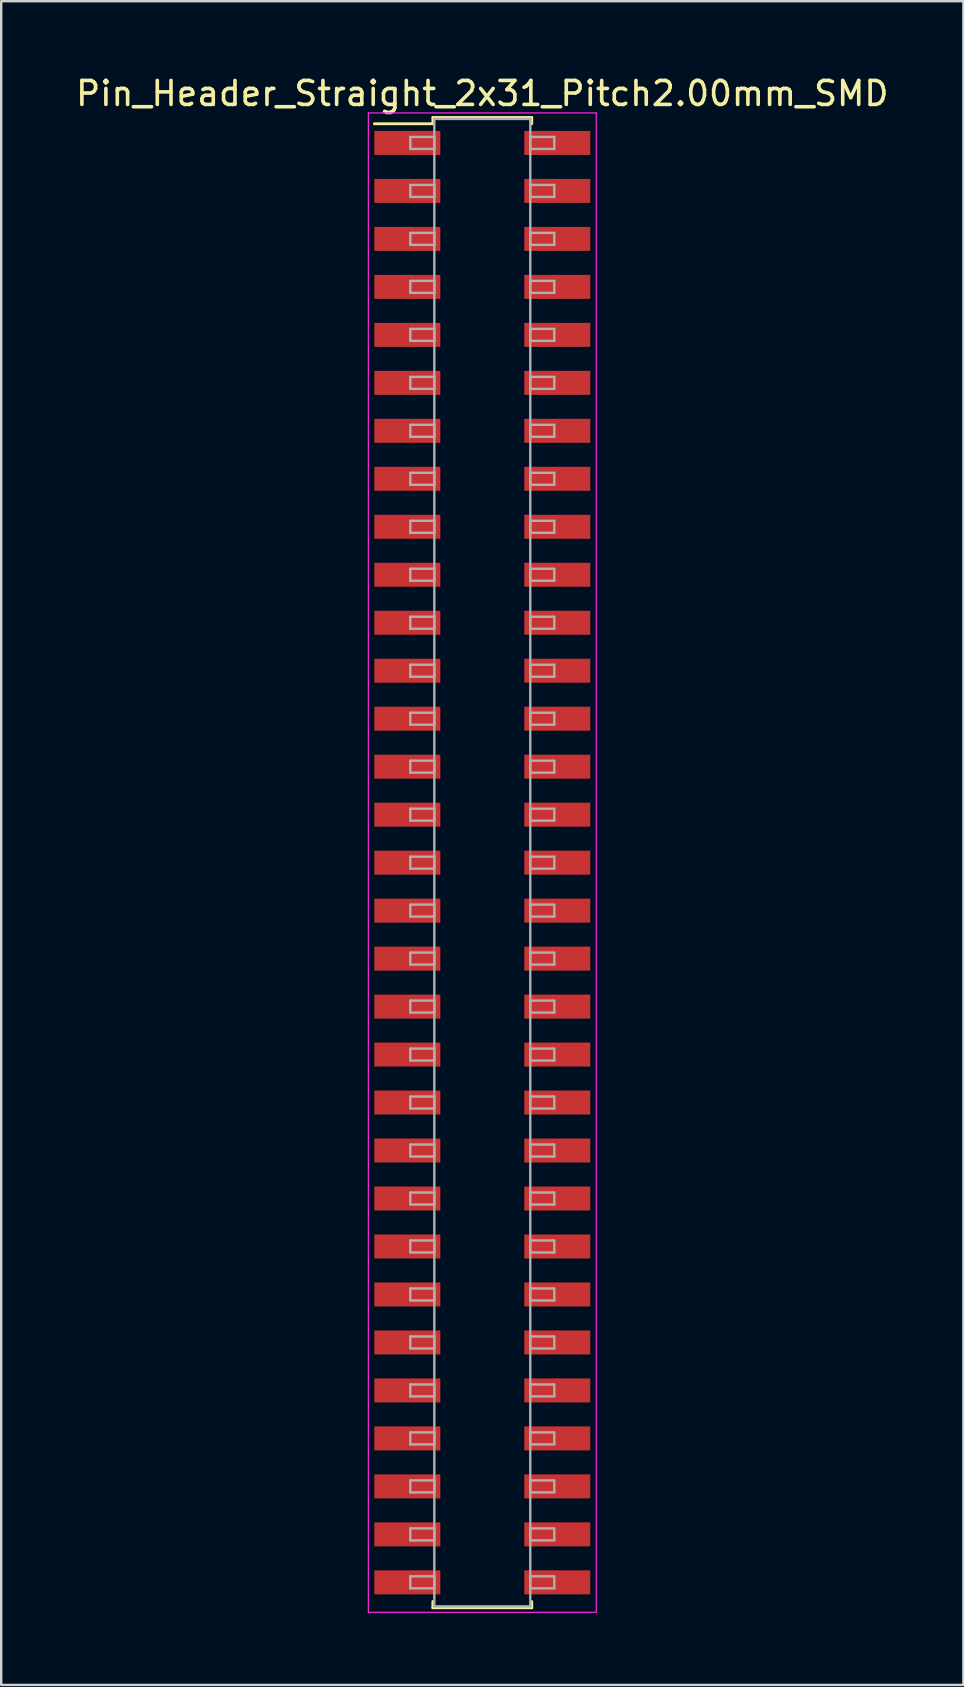
<source format=kicad_pcb>
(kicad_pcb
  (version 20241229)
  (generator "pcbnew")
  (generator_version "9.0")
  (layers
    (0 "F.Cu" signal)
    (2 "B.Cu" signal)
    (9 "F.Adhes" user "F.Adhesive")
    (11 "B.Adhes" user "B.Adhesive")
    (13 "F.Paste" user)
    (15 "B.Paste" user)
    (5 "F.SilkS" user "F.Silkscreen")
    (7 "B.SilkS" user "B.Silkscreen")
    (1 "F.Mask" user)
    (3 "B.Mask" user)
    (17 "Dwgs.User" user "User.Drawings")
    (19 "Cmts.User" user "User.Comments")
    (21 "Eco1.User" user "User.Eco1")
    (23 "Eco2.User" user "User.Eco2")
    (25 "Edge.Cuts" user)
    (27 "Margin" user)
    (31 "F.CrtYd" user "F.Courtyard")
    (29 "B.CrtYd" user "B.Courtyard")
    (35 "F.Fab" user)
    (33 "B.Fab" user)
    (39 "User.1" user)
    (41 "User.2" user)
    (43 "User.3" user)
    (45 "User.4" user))
  (footprint "Pin_Header_Straight_2x31_Pitch2.00mm_SMD"
    (layer "F.Cu")
    (at 17.054 32.908)
    (property "Reference" "Pin_Header_Straight_2x31_Pitch2.00mm_SMD" (at 0 -32.06 0) (layer "F.SilkS") (effects (font (size 1 1) (thickness 0.15))))
    (attr smd)
    (fp_line (start -4.5 -30.8) (end -2.06 -30.8) (stroke (width 0.12) (type solid)) (layer "F.SilkS"))
    (fp_line (start -2.06 -31.06) (end 2.06 -31.06) (stroke (width 0.12) (type solid)) (layer "F.SilkS"))
    (fp_line (start -2.06 -30.8) (end -2.06 -31.06) (stroke (width 0.12) (type solid)) (layer "F.SilkS"))
    (fp_line (start -2.06 30.8) (end -2.06 31.06) (stroke (width 0.12) (type solid)) (layer "F.SilkS"))
    (fp_line (start -2.06 31.06) (end 2.06 31.06) (stroke (width 0.12) (type solid)) (layer "F.SilkS"))
    (fp_line (start 2.06 -31.06) (end 2.06 -30.8) (stroke (width 0.12) (type solid)) (layer "F.SilkS"))
    (fp_line (start 2.06 31.06) (end 2.06 30.8) (stroke (width 0.12) (type solid)) (layer "F.SilkS"))
    (fp_line (start -4.75 -31.25) (end -4.75 31.25) (stroke (width 0.05) (type solid)) (layer "F.CrtYd"))
    (fp_line (start -4.75 31.25) (end 4.75 31.25) (stroke (width 0.05) (type solid)) (layer "F.CrtYd"))
    (fp_line (start 4.75 -31.25) (end -4.75 -31.25) (stroke (width 0.05) (type solid)) (layer "F.CrtYd"))
    (fp_line (start 4.75 31.25) (end 4.75 -31.25) (stroke (width 0.05) (type solid)) (layer "F.CrtYd"))
    (fp_line (start -3 -30.25) (end -2 -30.25) (stroke (width 0.1) (type solid)) (layer "F.Fab"))
    (fp_line (start -3 -29.75) (end -3 -30.25) (stroke (width 0.1) (type solid)) (layer "F.Fab"))
    (fp_line (start -3 -28.25) (end -2 -28.25) (stroke (width 0.1) (type solid)) (layer "F.Fab"))
    (fp_line (start -3 -27.75) (end -3 -28.25) (stroke (width 0.1) (type solid)) (layer "F.Fab"))
    (fp_line (start -3 -26.25) (end -2 -26.25) (stroke (width 0.1) (type solid)) (layer "F.Fab"))
    (fp_line (start -3 -25.75) (end -3 -26.25) (stroke (width 0.1) (type solid)) (layer "F.Fab"))
    (fp_line (start -3 -24.25) (end -2 -24.25) (stroke (width 0.1) (type solid)) (layer "F.Fab"))
    (fp_line (start -3 -23.75) (end -3 -24.25) (stroke (width 0.1) (type solid)) (layer "F.Fab"))
    (fp_line (start -3 -22.25) (end -2 -22.25) (stroke (width 0.1) (type solid)) (layer "F.Fab"))
    (fp_line (start -3 -21.75) (end -3 -22.25) (stroke (width 0.1) (type solid)) (layer "F.Fab"))
    (fp_line (start -3 -20.25) (end -2 -20.25) (stroke (width 0.1) (type solid)) (layer "F.Fab"))
    (fp_line (start -3 -19.75) (end -3 -20.25) (stroke (width 0.1) (type solid)) (layer "F.Fab"))
    (fp_line (start -3 -18.25) (end -2 -18.25) (stroke (width 0.1) (type solid)) (layer "F.Fab"))
    (fp_line (start -3 -17.75) (end -3 -18.25) (stroke (width 0.1) (type solid)) (layer "F.Fab"))
    (fp_line (start -3 -16.25) (end -2 -16.25) (stroke (width 0.1) (type solid)) (layer "F.Fab"))
    (fp_line (start -3 -15.75) (end -3 -16.25) (stroke (width 0.1) (type solid)) (layer "F.Fab"))
    (fp_line (start -3 -14.25) (end -2 -14.25) (stroke (width 0.1) (type solid)) (layer "F.Fab"))
    (fp_line (start -3 -13.75) (end -3 -14.25) (stroke (width 0.1) (type solid)) (layer "F.Fab"))
    (fp_line (start -3 -12.25) (end -2 -12.25) (stroke (width 0.1) (type solid)) (layer "F.Fab"))
    (fp_line (start -3 -11.75) (end -3 -12.25) (stroke (width 0.1) (type solid)) (layer "F.Fab"))
    (fp_line (start -3 -10.25) (end -2 -10.25) (stroke (width 0.1) (type solid)) (layer "F.Fab"))
    (fp_line (start -3 -9.75) (end -3 -10.25) (stroke (width 0.1) (type solid)) (layer "F.Fab"))
    (fp_line (start -3 -8.25) (end -2 -8.25) (stroke (width 0.1) (type solid)) (layer "F.Fab"))
    (fp_line (start -3 -7.75) (end -3 -8.25) (stroke (width 0.1) (type solid)) (layer "F.Fab"))
    (fp_line (start -3 -6.25) (end -2 -6.25) (stroke (width 0.1) (type solid)) (layer "F.Fab"))
    (fp_line (start -3 -5.75) (end -3 -6.25) (stroke (width 0.1) (type solid)) (layer "F.Fab"))
    (fp_line (start -3 -4.25) (end -2 -4.25) (stroke (width 0.1) (type solid)) (layer "F.Fab"))
    (fp_line (start -3 -3.75) (end -3 -4.25) (stroke (width 0.1) (type solid)) (layer "F.Fab"))
    (fp_line (start -3 -2.25) (end -2 -2.25) (stroke (width 0.1) (type solid)) (layer "F.Fab"))
    (fp_line (start -3 -1.75) (end -3 -2.25) (stroke (width 0.1) (type solid)) (layer "F.Fab"))
    (fp_line (start -3 -0.25) (end -2 -0.25) (stroke (width 0.1) (type solid)) (layer "F.Fab"))
    (fp_line (start -3 0.25) (end -3 -0.25) (stroke (width 0.1) (type solid)) (layer "F.Fab"))
    (fp_line (start -3 1.75) (end -2 1.75) (stroke (width 0.1) (type solid)) (layer "F.Fab"))
    (fp_line (start -3 2.25) (end -3 1.75) (stroke (width 0.1) (type solid)) (layer "F.Fab"))
    (fp_line (start -3 3.75) (end -2 3.75) (stroke (width 0.1) (type solid)) (layer "F.Fab"))
    (fp_line (start -3 4.25) (end -3 3.75) (stroke (width 0.1) (type solid)) (layer "F.Fab"))
    (fp_line (start -3 5.75) (end -2 5.75) (stroke (width 0.1) (type solid)) (layer "F.Fab"))
    (fp_line (start -3 6.25) (end -3 5.75) (stroke (width 0.1) (type solid)) (layer "F.Fab"))
    (fp_line (start -3 7.75) (end -2 7.75) (stroke (width 0.1) (type solid)) (layer "F.Fab"))
    (fp_line (start -3 8.25) (end -3 7.75) (stroke (width 0.1) (type solid)) (layer "F.Fab"))
    (fp_line (start -3 9.75) (end -2 9.75) (stroke (width 0.1) (type solid)) (layer "F.Fab"))
    (fp_line (start -3 10.25) (end -3 9.75) (stroke (width 0.1) (type solid)) (layer "F.Fab"))
    (fp_line (start -3 11.75) (end -2 11.75) (stroke (width 0.1) (type solid)) (layer "F.Fab"))
    (fp_line (start -3 12.25) (end -3 11.75) (stroke (width 0.1) (type solid)) (layer "F.Fab"))
    (fp_line (start -3 13.75) (end -2 13.75) (stroke (width 0.1) (type solid)) (layer "F.Fab"))
    (fp_line (start -3 14.25) (end -3 13.75) (stroke (width 0.1) (type solid)) (layer "F.Fab"))
    (fp_line (start -3 15.75) (end -2 15.75) (stroke (width 0.1) (type solid)) (layer "F.Fab"))
    (fp_line (start -3 16.25) (end -3 15.75) (stroke (width 0.1) (type solid)) (layer "F.Fab"))
    (fp_line (start -3 17.75) (end -2 17.75) (stroke (width 0.1) (type solid)) (layer "F.Fab"))
    (fp_line (start -3 18.25) (end -3 17.75) (stroke (width 0.1) (type solid)) (layer "F.Fab"))
    (fp_line (start -3 19.75) (end -2 19.75) (stroke (width 0.1) (type solid)) (layer "F.Fab"))
    (fp_line (start -3 20.25) (end -3 19.75) (stroke (width 0.1) (type solid)) (layer "F.Fab"))
    (fp_line (start -3 21.75) (end -2 21.75) (stroke (width 0.1) (type solid)) (layer "F.Fab"))
    (fp_line (start -3 22.25) (end -3 21.75) (stroke (width 0.1) (type solid)) (layer "F.Fab"))
    (fp_line (start -3 23.75) (end -2 23.75) (stroke (width 0.1) (type solid)) (layer "F.Fab"))
    (fp_line (start -3 24.25) (end -3 23.75) (stroke (width 0.1) (type solid)) (layer "F.Fab"))
    (fp_line (start -3 25.75) (end -2 25.75) (stroke (width 0.1) (type solid)) (layer "F.Fab"))
    (fp_line (start -3 26.25) (end -3 25.75) (stroke (width 0.1) (type solid)) (layer "F.Fab"))
    (fp_line (start -3 27.75) (end -2 27.75) (stroke (width 0.1) (type solid)) (layer "F.Fab"))
    (fp_line (start -3 28.25) (end -3 27.75) (stroke (width 0.1) (type solid)) (layer "F.Fab"))
    (fp_line (start -3 29.75) (end -2 29.75) (stroke (width 0.1) (type solid)) (layer "F.Fab"))
    (fp_line (start -3 30.25) (end -3 29.75) (stroke (width 0.1) (type solid)) (layer "F.Fab"))
    (fp_line (start -2 -31) (end -2 31) (stroke (width 0.1) (type solid)) (layer "F.Fab"))
    (fp_line (start -2 -30.25) (end -2 -29.75) (stroke (width 0.1) (type solid)) (layer "F.Fab"))
    (fp_line (start -2 -29.75) (end -3 -29.75) (stroke (width 0.1) (type solid)) (layer "F.Fab"))
    (fp_line (start -2 -28.25) (end -2 -27.75) (stroke (width 0.1) (type solid)) (layer "F.Fab"))
    (fp_line (start -2 -27.75) (end -3 -27.75) (stroke (width 0.1) (type solid)) (layer "F.Fab"))
    (fp_line (start -2 -26.25) (end -2 -25.75) (stroke (width 0.1) (type solid)) (layer "F.Fab"))
    (fp_line (start -2 -25.75) (end -3 -25.75) (stroke (width 0.1) (type solid)) (layer "F.Fab"))
    (fp_line (start -2 -24.25) (end -2 -23.75) (stroke (width 0.1) (type solid)) (layer "F.Fab"))
    (fp_line (start -2 -23.75) (end -3 -23.75) (stroke (width 0.1) (type solid)) (layer "F.Fab"))
    (fp_line (start -2 -22.25) (end -2 -21.75) (stroke (width 0.1) (type solid)) (layer "F.Fab"))
    (fp_line (start -2 -21.75) (end -3 -21.75) (stroke (width 0.1) (type solid)) (layer "F.Fab"))
    (fp_line (start -2 -20.25) (end -2 -19.75) (stroke (width 0.1) (type solid)) (layer "F.Fab"))
    (fp_line (start -2 -19.75) (end -3 -19.75) (stroke (width 0.1) (type solid)) (layer "F.Fab"))
    (fp_line (start -2 -18.25) (end -2 -17.75) (stroke (width 0.1) (type solid)) (layer "F.Fab"))
    (fp_line (start -2 -17.75) (end -3 -17.75) (stroke (width 0.1) (type solid)) (layer "F.Fab"))
    (fp_line (start -2 -16.25) (end -2 -15.75) (stroke (width 0.1) (type solid)) (layer "F.Fab"))
    (fp_line (start -2 -15.75) (end -3 -15.75) (stroke (width 0.1) (type solid)) (layer "F.Fab"))
    (fp_line (start -2 -14.25) (end -2 -13.75) (stroke (width 0.1) (type solid)) (layer "F.Fab"))
    (fp_line (start -2 -13.75) (end -3 -13.75) (stroke (width 0.1) (type solid)) (layer "F.Fab"))
    (fp_line (start -2 -12.25) (end -2 -11.75) (stroke (width 0.1) (type solid)) (layer "F.Fab"))
    (fp_line (start -2 -11.75) (end -3 -11.75) (stroke (width 0.1) (type solid)) (layer "F.Fab"))
    (fp_line (start -2 -10.25) (end -2 -9.75) (stroke (width 0.1) (type solid)) (layer "F.Fab"))
    (fp_line (start -2 -9.75) (end -3 -9.75) (stroke (width 0.1) (type solid)) (layer "F.Fab"))
    (fp_line (start -2 -8.25) (end -2 -7.75) (stroke (width 0.1) (type solid)) (layer "F.Fab"))
    (fp_line (start -2 -7.75) (end -3 -7.75) (stroke (width 0.1) (type solid)) (layer "F.Fab"))
    (fp_line (start -2 -6.25) (end -2 -5.75) (stroke (width 0.1) (type solid)) (layer "F.Fab"))
    (fp_line (start -2 -5.75) (end -3 -5.75) (stroke (width 0.1) (type solid)) (layer "F.Fab"))
    (fp_line (start -2 -4.25) (end -2 -3.75) (stroke (width 0.1) (type solid)) (layer "F.Fab"))
    (fp_line (start -2 -3.75) (end -3 -3.75) (stroke (width 0.1) (type solid)) (layer "F.Fab"))
    (fp_line (start -2 -2.25) (end -2 -1.75) (stroke (width 0.1) (type solid)) (layer "F.Fab"))
    (fp_line (start -2 -1.75) (end -3 -1.75) (stroke (width 0.1) (type solid)) (layer "F.Fab"))
    (fp_line (start -2 -0.25) (end -2 0.25) (stroke (width 0.1) (type solid)) (layer "F.Fab"))
    (fp_line (start -2 0.25) (end -3 0.25) (stroke (width 0.1) (type solid)) (layer "F.Fab"))
    (fp_line (start -2 1.75) (end -2 2.25) (stroke (width 0.1) (type solid)) (layer "F.Fab"))
    (fp_line (start -2 2.25) (end -3 2.25) (stroke (width 0.1) (type solid)) (layer "F.Fab"))
    (fp_line (start -2 3.75) (end -2 4.25) (stroke (width 0.1) (type solid)) (layer "F.Fab"))
    (fp_line (start -2 4.25) (end -3 4.25) (stroke (width 0.1) (type solid)) (layer "F.Fab"))
    (fp_line (start -2 5.75) (end -2 6.25) (stroke (width 0.1) (type solid)) (layer "F.Fab"))
    (fp_line (start -2 6.25) (end -3 6.25) (stroke (width 0.1) (type solid)) (layer "F.Fab"))
    (fp_line (start -2 7.75) (end -2 8.25) (stroke (width 0.1) (type solid)) (layer "F.Fab"))
    (fp_line (start -2 8.25) (end -3 8.25) (stroke (width 0.1) (type solid)) (layer "F.Fab"))
    (fp_line (start -2 9.75) (end -2 10.25) (stroke (width 0.1) (type solid)) (layer "F.Fab"))
    (fp_line (start -2 10.25) (end -3 10.25) (stroke (width 0.1) (type solid)) (layer "F.Fab"))
    (fp_line (start -2 11.75) (end -2 12.25) (stroke (width 0.1) (type solid)) (layer "F.Fab"))
    (fp_line (start -2 12.25) (end -3 12.25) (stroke (width 0.1) (type solid)) (layer "F.Fab"))
    (fp_line (start -2 13.75) (end -2 14.25) (stroke (width 0.1) (type solid)) (layer "F.Fab"))
    (fp_line (start -2 14.25) (end -3 14.25) (stroke (width 0.1) (type solid)) (layer "F.Fab"))
    (fp_line (start -2 15.75) (end -2 16.25) (stroke (width 0.1) (type solid)) (layer "F.Fab"))
    (fp_line (start -2 16.25) (end -3 16.25) (stroke (width 0.1) (type solid)) (layer "F.Fab"))
    (fp_line (start -2 17.75) (end -2 18.25) (stroke (width 0.1) (type solid)) (layer "F.Fab"))
    (fp_line (start -2 18.25) (end -3 18.25) (stroke (width 0.1) (type solid)) (layer "F.Fab"))
    (fp_line (start -2 19.75) (end -2 20.25) (stroke (width 0.1) (type solid)) (layer "F.Fab"))
    (fp_line (start -2 20.25) (end -3 20.25) (stroke (width 0.1) (type solid)) (layer "F.Fab"))
    (fp_line (start -2 21.75) (end -2 22.25) (stroke (width 0.1) (type solid)) (layer "F.Fab"))
    (fp_line (start -2 22.25) (end -3 22.25) (stroke (width 0.1) (type solid)) (layer "F.Fab"))
    (fp_line (start -2 23.75) (end -2 24.25) (stroke (width 0.1) (type solid)) (layer "F.Fab"))
    (fp_line (start -2 24.25) (end -3 24.25) (stroke (width 0.1) (type solid)) (layer "F.Fab"))
    (fp_line (start -2 25.75) (end -2 26.25) (stroke (width 0.1) (type solid)) (layer "F.Fab"))
    (fp_line (start -2 26.25) (end -3 26.25) (stroke (width 0.1) (type solid)) (layer "F.Fab"))
    (fp_line (start -2 27.75) (end -2 28.25) (stroke (width 0.1) (type solid)) (layer "F.Fab"))
    (fp_line (start -2 28.25) (end -3 28.25) (stroke (width 0.1) (type solid)) (layer "F.Fab"))
    (fp_line (start -2 29.75) (end -2 30.25) (stroke (width 0.1) (type solid)) (layer "F.Fab"))
    (fp_line (start -2 30.25) (end -3 30.25) (stroke (width 0.1) (type solid)) (layer "F.Fab"))
    (fp_line (start -2 31) (end 2 31) (stroke (width 0.1) (type solid)) (layer "F.Fab"))
    (fp_line (start 2 -31) (end -2 -31) (stroke (width 0.1) (type solid)) (layer "F.Fab"))
    (fp_line (start 2 -30.25) (end 2 -29.75) (stroke (width 0.1) (type solid)) (layer "F.Fab"))
    (fp_line (start 2 -29.75) (end 3 -29.75) (stroke (width 0.1) (type solid)) (layer "F.Fab"))
    (fp_line (start 2 -28.25) (end 2 -27.75) (stroke (width 0.1) (type solid)) (layer "F.Fab"))
    (fp_line (start 2 -27.75) (end 3 -27.75) (stroke (width 0.1) (type solid)) (layer "F.Fab"))
    (fp_line (start 2 -26.25) (end 2 -25.75) (stroke (width 0.1) (type solid)) (layer "F.Fab"))
    (fp_line (start 2 -25.75) (end 3 -25.75) (stroke (width 0.1) (type solid)) (layer "F.Fab"))
    (fp_line (start 2 -24.25) (end 2 -23.75) (stroke (width 0.1) (type solid)) (layer "F.Fab"))
    (fp_line (start 2 -23.75) (end 3 -23.75) (stroke (width 0.1) (type solid)) (layer "F.Fab"))
    (fp_line (start 2 -22.25) (end 2 -21.75) (stroke (width 0.1) (type solid)) (layer "F.Fab"))
    (fp_line (start 2 -21.75) (end 3 -21.75) (stroke (width 0.1) (type solid)) (layer "F.Fab"))
    (fp_line (start 2 -20.25) (end 2 -19.75) (stroke (width 0.1) (type solid)) (layer "F.Fab"))
    (fp_line (start 2 -19.75) (end 3 -19.75) (stroke (width 0.1) (type solid)) (layer "F.Fab"))
    (fp_line (start 2 -18.25) (end 2 -17.75) (stroke (width 0.1) (type solid)) (layer "F.Fab"))
    (fp_line (start 2 -17.75) (end 3 -17.75) (stroke (width 0.1) (type solid)) (layer "F.Fab"))
    (fp_line (start 2 -16.25) (end 2 -15.75) (stroke (width 0.1) (type solid)) (layer "F.Fab"))
    (fp_line (start 2 -15.75) (end 3 -15.75) (stroke (width 0.1) (type solid)) (layer "F.Fab"))
    (fp_line (start 2 -14.25) (end 2 -13.75) (stroke (width 0.1) (type solid)) (layer "F.Fab"))
    (fp_line (start 2 -13.75) (end 3 -13.75) (stroke (width 0.1) (type solid)) (layer "F.Fab"))
    (fp_line (start 2 -12.25) (end 2 -11.75) (stroke (width 0.1) (type solid)) (layer "F.Fab"))
    (fp_line (start 2 -11.75) (end 3 -11.75) (stroke (width 0.1) (type solid)) (layer "F.Fab"))
    (fp_line (start 2 -10.25) (end 2 -9.75) (stroke (width 0.1) (type solid)) (layer "F.Fab"))
    (fp_line (start 2 -9.75) (end 3 -9.75) (stroke (width 0.1) (type solid)) (layer "F.Fab"))
    (fp_line (start 2 -8.25) (end 2 -7.75) (stroke (width 0.1) (type solid)) (layer "F.Fab"))
    (fp_line (start 2 -7.75) (end 3 -7.75) (stroke (width 0.1) (type solid)) (layer "F.Fab"))
    (fp_line (start 2 -6.25) (end 2 -5.75) (stroke (width 0.1) (type solid)) (layer "F.Fab"))
    (fp_line (start 2 -5.75) (end 3 -5.75) (stroke (width 0.1) (type solid)) (layer "F.Fab"))
    (fp_line (start 2 -4.25) (end 2 -3.75) (stroke (width 0.1) (type solid)) (layer "F.Fab"))
    (fp_line (start 2 -3.75) (end 3 -3.75) (stroke (width 0.1) (type solid)) (layer "F.Fab"))
    (fp_line (start 2 -2.25) (end 2 -1.75) (stroke (width 0.1) (type solid)) (layer "F.Fab"))
    (fp_line (start 2 -1.75) (end 3 -1.75) (stroke (width 0.1) (type solid)) (layer "F.Fab"))
    (fp_line (start 2 -0.25) (end 2 0.25) (stroke (width 0.1) (type solid)) (layer "F.Fab"))
    (fp_line (start 2 0.25) (end 3 0.25) (stroke (width 0.1) (type solid)) (layer "F.Fab"))
    (fp_line (start 2 1.75) (end 2 2.25) (stroke (width 0.1) (type solid)) (layer "F.Fab"))
    (fp_line (start 2 2.25) (end 3 2.25) (stroke (width 0.1) (type solid)) (layer "F.Fab"))
    (fp_line (start 2 3.75) (end 2 4.25) (stroke (width 0.1) (type solid)) (layer "F.Fab"))
    (fp_line (start 2 4.25) (end 3 4.25) (stroke (width 0.1) (type solid)) (layer "F.Fab"))
    (fp_line (start 2 5.75) (end 2 6.25) (stroke (width 0.1) (type solid)) (layer "F.Fab"))
    (fp_line (start 2 6.25) (end 3 6.25) (stroke (width 0.1) (type solid)) (layer "F.Fab"))
    (fp_line (start 2 7.75) (end 2 8.25) (stroke (width 0.1) (type solid)) (layer "F.Fab"))
    (fp_line (start 2 8.25) (end 3 8.25) (stroke (width 0.1) (type solid)) (layer "F.Fab"))
    (fp_line (start 2 9.75) (end 2 10.25) (stroke (width 0.1) (type solid)) (layer "F.Fab"))
    (fp_line (start 2 10.25) (end 3 10.25) (stroke (width 0.1) (type solid)) (layer "F.Fab"))
    (fp_line (start 2 11.75) (end 2 12.25) (stroke (width 0.1) (type solid)) (layer "F.Fab"))
    (fp_line (start 2 12.25) (end 3 12.25) (stroke (width 0.1) (type solid)) (layer "F.Fab"))
    (fp_line (start 2 13.75) (end 2 14.25) (stroke (width 0.1) (type solid)) (layer "F.Fab"))
    (fp_line (start 2 14.25) (end 3 14.25) (stroke (width 0.1) (type solid)) (layer "F.Fab"))
    (fp_line (start 2 15.75) (end 2 16.25) (stroke (width 0.1) (type solid)) (layer "F.Fab"))
    (fp_line (start 2 16.25) (end 3 16.25) (stroke (width 0.1) (type solid)) (layer "F.Fab"))
    (fp_line (start 2 17.75) (end 2 18.25) (stroke (width 0.1) (type solid)) (layer "F.Fab"))
    (fp_line (start 2 18.25) (end 3 18.25) (stroke (width 0.1) (type solid)) (layer "F.Fab"))
    (fp_line (start 2 19.75) (end 2 20.25) (stroke (width 0.1) (type solid)) (layer "F.Fab"))
    (fp_line (start 2 20.25) (end 3 20.25) (stroke (width 0.1) (type solid)) (layer "F.Fab"))
    (fp_line (start 2 21.75) (end 2 22.25) (stroke (width 0.1) (type solid)) (layer "F.Fab"))
    (fp_line (start 2 22.25) (end 3 22.25) (stroke (width 0.1) (type solid)) (layer "F.Fab"))
    (fp_line (start 2 23.75) (end 2 24.25) (stroke (width 0.1) (type solid)) (layer "F.Fab"))
    (fp_line (start 2 24.25) (end 3 24.25) (stroke (width 0.1) (type solid)) (layer "F.Fab"))
    (fp_line (start 2 25.75) (end 2 26.25) (stroke (width 0.1) (type solid)) (layer "F.Fab"))
    (fp_line (start 2 26.25) (end 3 26.25) (stroke (width 0.1) (type solid)) (layer "F.Fab"))
    (fp_line (start 2 27.75) (end 2 28.25) (stroke (width 0.1) (type solid)) (layer "F.Fab"))
    (fp_line (start 2 28.25) (end 3 28.25) (stroke (width 0.1) (type solid)) (layer "F.Fab"))
    (fp_line (start 2 29.75) (end 2 30.25) (stroke (width 0.1) (type solid)) (layer "F.Fab"))
    (fp_line (start 2 30.25) (end 3 30.25) (stroke (width 0.1) (type solid)) (layer "F.Fab"))
    (fp_line (start 2 31) (end 2 -31) (stroke (width 0.1) (type solid)) (layer "F.Fab"))
    (fp_line (start 3 -30.25) (end 2 -30.25) (stroke (width 0.1) (type solid)) (layer "F.Fab"))
    (fp_line (start 3 -29.75) (end 3 -30.25) (stroke (width 0.1) (type solid)) (layer "F.Fab"))
    (fp_line (start 3 -28.25) (end 2 -28.25) (stroke (width 0.1) (type solid)) (layer "F.Fab"))
    (fp_line (start 3 -27.75) (end 3 -28.25) (stroke (width 0.1) (type solid)) (layer "F.Fab"))
    (fp_line (start 3 -26.25) (end 2 -26.25) (stroke (width 0.1) (type solid)) (layer "F.Fab"))
    (fp_line (start 3 -25.75) (end 3 -26.25) (stroke (width 0.1) (type solid)) (layer "F.Fab"))
    (fp_line (start 3 -24.25) (end 2 -24.25) (stroke (width 0.1) (type solid)) (layer "F.Fab"))
    (fp_line (start 3 -23.75) (end 3 -24.25) (stroke (width 0.1) (type solid)) (layer "F.Fab"))
    (fp_line (start 3 -22.25) (end 2 -22.25) (stroke (width 0.1) (type solid)) (layer "F.Fab"))
    (fp_line (start 3 -21.75) (end 3 -22.25) (stroke (width 0.1) (type solid)) (layer "F.Fab"))
    (fp_line (start 3 -20.25) (end 2 -20.25) (stroke (width 0.1) (type solid)) (layer "F.Fab"))
    (fp_line (start 3 -19.75) (end 3 -20.25) (stroke (width 0.1) (type solid)) (layer "F.Fab"))
    (fp_line (start 3 -18.25) (end 2 -18.25) (stroke (width 0.1) (type solid)) (layer "F.Fab"))
    (fp_line (start 3 -17.75) (end 3 -18.25) (stroke (width 0.1) (type solid)) (layer "F.Fab"))
    (fp_line (start 3 -16.25) (end 2 -16.25) (stroke (width 0.1) (type solid)) (layer "F.Fab"))
    (fp_line (start 3 -15.75) (end 3 -16.25) (stroke (width 0.1) (type solid)) (layer "F.Fab"))
    (fp_line (start 3 -14.25) (end 2 -14.25) (stroke (width 0.1) (type solid)) (layer "F.Fab"))
    (fp_line (start 3 -13.75) (end 3 -14.25) (stroke (width 0.1) (type solid)) (layer "F.Fab"))
    (fp_line (start 3 -12.25) (end 2 -12.25) (stroke (width 0.1) (type solid)) (layer "F.Fab"))
    (fp_line (start 3 -11.75) (end 3 -12.25) (stroke (width 0.1) (type solid)) (layer "F.Fab"))
    (fp_line (start 3 -10.25) (end 2 -10.25) (stroke (width 0.1) (type solid)) (layer "F.Fab"))
    (fp_line (start 3 -9.75) (end 3 -10.25) (stroke (width 0.1) (type solid)) (layer "F.Fab"))
    (fp_line (start 3 -8.25) (end 2 -8.25) (stroke (width 0.1) (type solid)) (layer "F.Fab"))
    (fp_line (start 3 -7.75) (end 3 -8.25) (stroke (width 0.1) (type solid)) (layer "F.Fab"))
    (fp_line (start 3 -6.25) (end 2 -6.25) (stroke (width 0.1) (type solid)) (layer "F.Fab"))
    (fp_line (start 3 -5.75) (end 3 -6.25) (stroke (width 0.1) (type solid)) (layer "F.Fab"))
    (fp_line (start 3 -4.25) (end 2 -4.25) (stroke (width 0.1) (type solid)) (layer "F.Fab"))
    (fp_line (start 3 -3.75) (end 3 -4.25) (stroke (width 0.1) (type solid)) (layer "F.Fab"))
    (fp_line (start 3 -2.25) (end 2 -2.25) (stroke (width 0.1) (type solid)) (layer "F.Fab"))
    (fp_line (start 3 -1.75) (end 3 -2.25) (stroke (width 0.1) (type solid)) (layer "F.Fab"))
    (fp_line (start 3 -0.25) (end 2 -0.25) (stroke (width 0.1) (type solid)) (layer "F.Fab"))
    (fp_line (start 3 0.25) (end 3 -0.25) (stroke (width 0.1) (type solid)) (layer "F.Fab"))
    (fp_line (start 3 1.75) (end 2 1.75) (stroke (width 0.1) (type solid)) (layer "F.Fab"))
    (fp_line (start 3 2.25) (end 3 1.75) (stroke (width 0.1) (type solid)) (layer "F.Fab"))
    (fp_line (start 3 3.75) (end 2 3.75) (stroke (width 0.1) (type solid)) (layer "F.Fab"))
    (fp_line (start 3 4.25) (end 3 3.75) (stroke (width 0.1) (type solid)) (layer "F.Fab"))
    (fp_line (start 3 5.75) (end 2 5.75) (stroke (width 0.1) (type solid)) (layer "F.Fab"))
    (fp_line (start 3 6.25) (end 3 5.75) (stroke (width 0.1) (type solid)) (layer "F.Fab"))
    (fp_line (start 3 7.75) (end 2 7.75) (stroke (width 0.1) (type solid)) (layer "F.Fab"))
    (fp_line (start 3 8.25) (end 3 7.75) (stroke (width 0.1) (type solid)) (layer "F.Fab"))
    (fp_line (start 3 9.75) (end 2 9.75) (stroke (width 0.1) (type solid)) (layer "F.Fab"))
    (fp_line (start 3 10.25) (end 3 9.75) (stroke (width 0.1) (type solid)) (layer "F.Fab"))
    (fp_line (start 3 11.75) (end 2 11.75) (stroke (width 0.1) (type solid)) (layer "F.Fab"))
    (fp_line (start 3 12.25) (end 3 11.75) (stroke (width 0.1) (type solid)) (layer "F.Fab"))
    (fp_line (start 3 13.75) (end 2 13.75) (stroke (width 0.1) (type solid)) (layer "F.Fab"))
    (fp_line (start 3 14.25) (end 3 13.75) (stroke (width 0.1) (type solid)) (layer "F.Fab"))
    (fp_line (start 3 15.75) (end 2 15.75) (stroke (width 0.1) (type solid)) (layer "F.Fab"))
    (fp_line (start 3 16.25) (end 3 15.75) (stroke (width 0.1) (type solid)) (layer "F.Fab"))
    (fp_line (start 3 17.75) (end 2 17.75) (stroke (width 0.1) (type solid)) (layer "F.Fab"))
    (fp_line (start 3 18.25) (end 3 17.75) (stroke (width 0.1) (type solid)) (layer "F.Fab"))
    (fp_line (start 3 19.75) (end 2 19.75) (stroke (width 0.1) (type solid)) (layer "F.Fab"))
    (fp_line (start 3 20.25) (end 3 19.75) (stroke (width 0.1) (type solid)) (layer "F.Fab"))
    (fp_line (start 3 21.75) (end 2 21.75) (stroke (width 0.1) (type solid)) (layer "F.Fab"))
    (fp_line (start 3 22.25) (end 3 21.75) (stroke (width 0.1) (type solid)) (layer "F.Fab"))
    (fp_line (start 3 23.75) (end 2 23.75) (stroke (width 0.1) (type solid)) (layer "F.Fab"))
    (fp_line (start 3 24.25) (end 3 23.75) (stroke (width 0.1) (type solid)) (layer "F.Fab"))
    (fp_line (start 3 25.75) (end 2 25.75) (stroke (width 0.1) (type solid)) (layer "F.Fab"))
    (fp_line (start 3 26.25) (end 3 25.75) (stroke (width 0.1) (type solid)) (layer "F.Fab"))
    (fp_line (start 3 27.75) (end 2 27.75) (stroke (width 0.1) (type solid)) (layer "F.Fab"))
    (fp_line (start 3 28.25) (end 3 27.75) (stroke (width 0.1) (type solid)) (layer "F.Fab"))
    (fp_line (start 3 29.75) (end 2 29.75) (stroke (width 0.1) (type solid)) (layer "F.Fab"))
    (fp_line (start 3 30.25) (end 3 29.75) (stroke (width 0.1) (type solid)) (layer "F.Fab"))
    (pad "1" smd rect (at -3.125 -30) (size 2.75 1) (layers "F.Cu" "F.Mask"))
    (pad "2" smd rect (at 3.125 -30) (size 2.75 1) (layers "F.Cu" "F.Mask"))
    (pad "3" smd rect (at -3.125 -28) (size 2.75 1) (layers "F.Cu" "F.Mask"))
    (pad "4" smd rect (at 3.125 -28) (size 2.75 1) (layers "F.Cu" "F.Mask"))
    (pad "5" smd rect (at -3.125 -26) (size 2.75 1) (layers "F.Cu" "F.Mask"))
    (pad "6" smd rect (at 3.125 -26) (size 2.75 1) (layers "F.Cu" "F.Mask"))
    (pad "7" smd rect (at -3.125 -24) (size 2.75 1) (layers "F.Cu" "F.Mask"))
    (pad "8" smd rect (at 3.125 -24) (size 2.75 1) (layers "F.Cu" "F.Mask"))
    (pad "9" smd rect (at -3.125 -22) (size 2.75 1) (layers "F.Cu" "F.Mask"))
    (pad "10" smd rect (at 3.125 -22) (size 2.75 1) (layers "F.Cu" "F.Mask"))
    (pad "11" smd rect (at -3.125 -20) (size 2.75 1) (layers "F.Cu" "F.Mask"))
    (pad "12" smd rect (at 3.125 -20) (size 2.75 1) (layers "F.Cu" "F.Mask"))
    (pad "13" smd rect (at -3.125 -18) (size 2.75 1) (layers "F.Cu" "F.Mask"))
    (pad "14" smd rect (at 3.125 -18) (size 2.75 1) (layers "F.Cu" "F.Mask"))
    (pad "15" smd rect (at -3.125 -16) (size 2.75 1) (layers "F.Cu" "F.Mask"))
    (pad "16" smd rect (at 3.125 -16) (size 2.75 1) (layers "F.Cu" "F.Mask"))
    (pad "17" smd rect (at -3.125 -14) (size 2.75 1) (layers "F.Cu" "F.Mask"))
    (pad "18" smd rect (at 3.125 -14) (size 2.75 1) (layers "F.Cu" "F.Mask"))
    (pad "19" smd rect (at -3.125 -12) (size 2.75 1) (layers "F.Cu" "F.Mask"))
    (pad "20" smd rect (at 3.125 -12) (size 2.75 1) (layers "F.Cu" "F.Mask"))
    (pad "21" smd rect (at -3.125 -10) (size 2.75 1) (layers "F.Cu" "F.Mask"))
    (pad "22" smd rect (at 3.125 -10) (size 2.75 1) (layers "F.Cu" "F.Mask"))
    (pad "23" smd rect (at -3.125 -8) (size 2.75 1) (layers "F.Cu" "F.Mask"))
    (pad "24" smd rect (at 3.125 -8) (size 2.75 1) (layers "F.Cu" "F.Mask"))
    (pad "25" smd rect (at -3.125 -6) (size 2.75 1) (layers "F.Cu" "F.Mask"))
    (pad "26" smd rect (at 3.125 -6) (size 2.75 1) (layers "F.Cu" "F.Mask"))
    (pad "27" smd rect (at -3.125 -4) (size 2.75 1) (layers "F.Cu" "F.Mask"))
    (pad "28" smd rect (at 3.125 -4) (size 2.75 1) (layers "F.Cu" "F.Mask"))
    (pad "29" smd rect (at -3.125 -2) (size 2.75 1) (layers "F.Cu" "F.Mask"))
    (pad "30" smd rect (at 3.125 -2) (size 2.75 1) (layers "F.Cu" "F.Mask"))
    (pad "31" smd rect (at -3.125 0) (size 2.75 1) (layers "F.Cu" "F.Mask"))
    (pad "32" smd rect (at 3.125 0) (size 2.75 1) (layers "F.Cu" "F.Mask"))
    (pad "33" smd rect (at -3.125 2) (size 2.75 1) (layers "F.Cu" "F.Mask"))
    (pad "34" smd rect (at 3.125 2) (size 2.75 1) (layers "F.Cu" "F.Mask"))
    (pad "35" smd rect (at -3.125 4) (size 2.75 1) (layers "F.Cu" "F.Mask"))
    (pad "36" smd rect (at 3.125 4) (size 2.75 1) (layers "F.Cu" "F.Mask"))
    (pad "37" smd rect (at -3.125 6) (size 2.75 1) (layers "F.Cu" "F.Mask"))
    (pad "38" smd rect (at 3.125 6) (size 2.75 1) (layers "F.Cu" "F.Mask"))
    (pad "39" smd rect (at -3.125 8) (size 2.75 1) (layers "F.Cu" "F.Mask"))
    (pad "40" smd rect (at 3.125 8) (size 2.75 1) (layers "F.Cu" "F.Mask"))
    (pad "41" smd rect (at -3.125 10) (size 2.75 1) (layers "F.Cu" "F.Mask"))
    (pad "42" smd rect (at 3.125 10) (size 2.75 1) (layers "F.Cu" "F.Mask"))
    (pad "43" smd rect (at -3.125 12) (size 2.75 1) (layers "F.Cu" "F.Mask"))
    (pad "44" smd rect (at 3.125 12) (size 2.75 1) (layers "F.Cu" "F.Mask"))
    (pad "45" smd rect (at -3.125 14) (size 2.75 1) (layers "F.Cu" "F.Mask"))
    (pad "46" smd rect (at 3.125 14) (size 2.75 1) (layers "F.Cu" "F.Mask"))
    (pad "47" smd rect (at -3.125 16) (size 2.75 1) (layers "F.Cu" "F.Mask"))
    (pad "48" smd rect (at 3.125 16) (size 2.75 1) (layers "F.Cu" "F.Mask"))
    (pad "49" smd rect (at -3.125 18) (size 2.75 1) (layers "F.Cu" "F.Mask"))
    (pad "50" smd rect (at 3.125 18) (size 2.75 1) (layers "F.Cu" "F.Mask"))
    (pad "51" smd rect (at -3.125 20) (size 2.75 1) (layers "F.Cu" "F.Mask"))
    (pad "52" smd rect (at 3.125 20) (size 2.75 1) (layers "F.Cu" "F.Mask"))
    (pad "53" smd rect (at -3.125 22) (size 2.75 1) (layers "F.Cu" "F.Mask"))
    (pad "54" smd rect (at 3.125 22) (size 2.75 1) (layers "F.Cu" "F.Mask"))
    (pad "55" smd rect (at -3.125 24) (size 2.75 1) (layers "F.Cu" "F.Mask"))
    (pad "56" smd rect (at 3.125 24) (size 2.75 1) (layers "F.Cu" "F.Mask"))
    (pad "57" smd rect (at -3.125 26) (size 2.75 1) (layers "F.Cu" "F.Mask"))
    (pad "58" smd rect (at 3.125 26) (size 2.75 1) (layers "F.Cu" "F.Mask"))
    (pad "59" smd rect (at -3.125 28) (size 2.75 1) (layers "F.Cu" "F.Mask"))
    (pad "60" smd rect (at 3.125 28) (size 2.75 1) (layers "F.Cu" "F.Mask"))
    (pad "61" smd rect (at -3.125 30) (size 2.75 1) (layers "F.Cu" "F.Mask"))
    (pad "62" smd rect (at 3.125 30) (size 2.75 1) (layers "F.Cu" "F.Mask")))
  (gr_rect
    (start -3 -3)
    (end 37.107 67.183)
    (stroke (width 0.1) (type default))
    (fill no)
    (layer "Edge.Cuts")))
</source>
